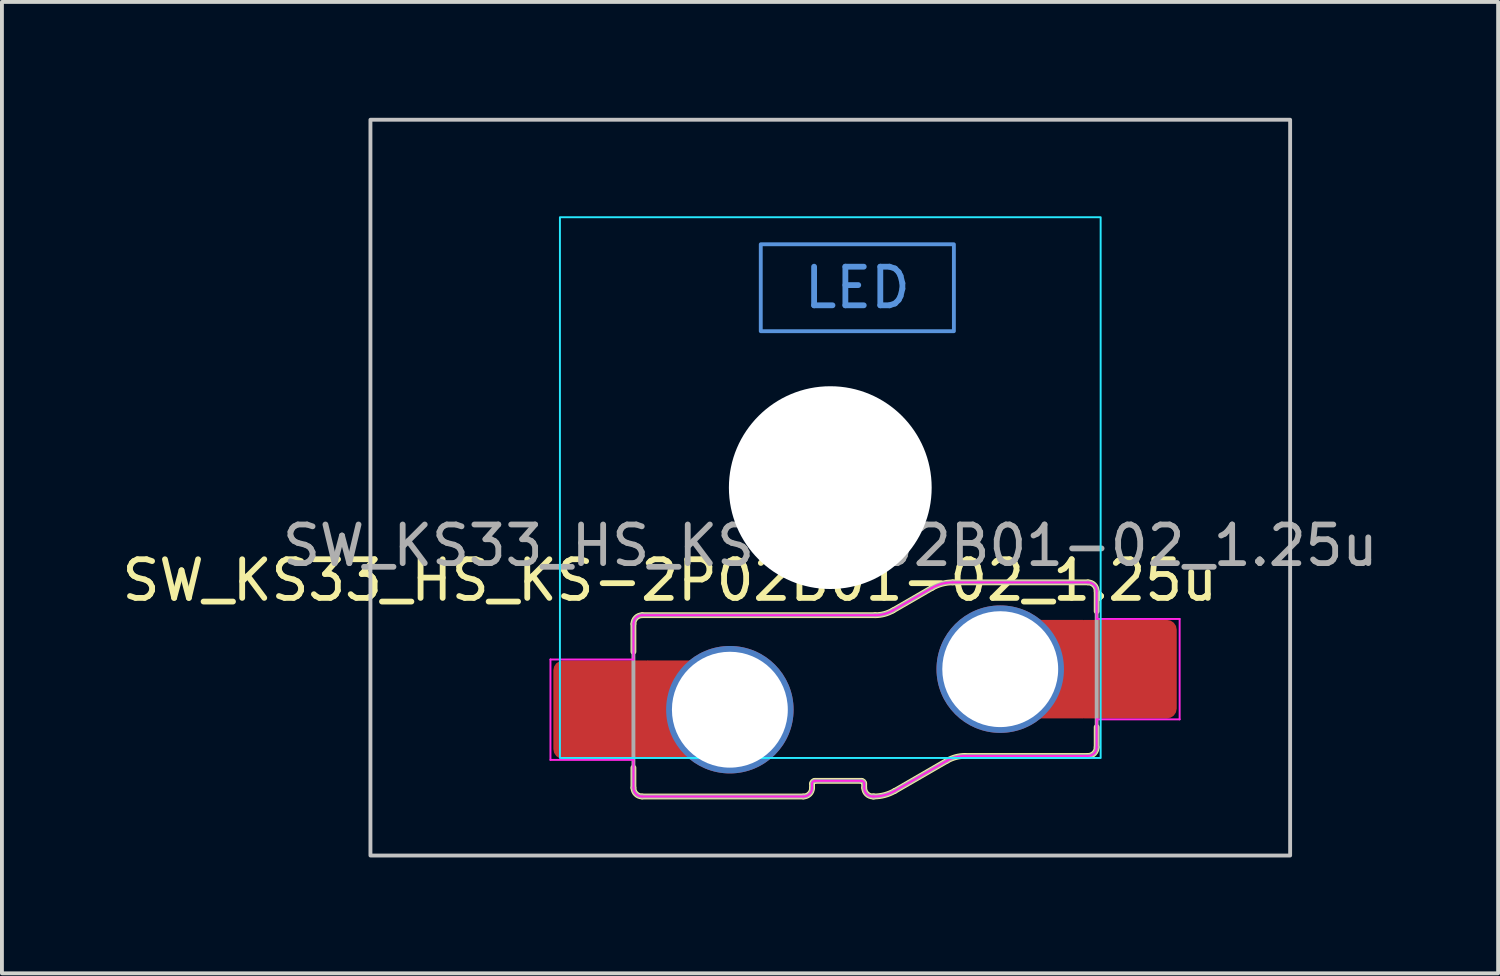
<source format=kicad_pcb>
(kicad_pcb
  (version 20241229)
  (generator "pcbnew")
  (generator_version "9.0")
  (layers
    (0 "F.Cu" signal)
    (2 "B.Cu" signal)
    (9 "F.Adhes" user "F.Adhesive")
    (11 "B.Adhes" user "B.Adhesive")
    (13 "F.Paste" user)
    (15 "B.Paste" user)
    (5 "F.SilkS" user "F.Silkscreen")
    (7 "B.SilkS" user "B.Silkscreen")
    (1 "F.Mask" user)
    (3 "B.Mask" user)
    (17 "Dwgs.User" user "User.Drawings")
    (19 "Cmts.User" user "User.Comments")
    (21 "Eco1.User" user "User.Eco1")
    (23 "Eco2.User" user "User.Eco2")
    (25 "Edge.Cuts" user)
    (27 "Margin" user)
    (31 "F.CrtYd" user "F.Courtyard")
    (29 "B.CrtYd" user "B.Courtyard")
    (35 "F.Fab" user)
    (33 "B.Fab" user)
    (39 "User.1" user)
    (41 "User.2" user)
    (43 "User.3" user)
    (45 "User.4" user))
  (footprint "SW_KS33_HS_KS-2P02B01-02_1.25u"
    (layer "F.Cu")
    (at 18.447 9.575)
    (property "Reference" "SW_KS33_HS_KS-2P02B01-02_1.25u" (at -4.155 2.4 180) (layer "F.SilkS") (effects (font (size 1 1) (thickness 0.15))))
    (attr smd)
    (fp_line (start -5.097 3.528) (end -5.097 4.25) (stroke (width 0.15) (type solid)) (layer "F.SilkS"))
    (fp_line (start -5.097 7.772) (end -5.097 7.25) (stroke (width 0.15) (type solid)) (layer "F.SilkS"))
    (fp_line (start -4.872 3.303) (end 1.161 3.303) (stroke (width 0.15) (type solid)) (layer "F.SilkS"))
    (fp_line (start -0.697 7.997) (end -4.872 7.997) (stroke (width 0.15) (type solid)) (layer "F.SilkS"))
    (fp_line (start -0.472 7.666) (end -0.472 7.772) (stroke (width 0.15) (type solid)) (layer "F.SilkS"))
    (fp_line (start 0.803 7.591) (end -0.397 7.591) (stroke (width 0.15) (type solid)) (layer "F.SilkS"))
    (fp_line (start 0.878 7.772) (end 0.878 7.666) (stroke (width 0.15) (type solid)) (layer "F.SilkS"))
    (fp_line (start 1.131 7.997) (end 1.103 7.997) (stroke (width 0.15) (type solid)) (layer "F.SilkS"))
    (fp_line (start 1.623 3.18) (end 2.631 2.597) (stroke (width 0.15) (type solid)) (layer "F.SilkS"))
    (fp_line (start 3.023 7.07) (end 1.669 7.853) (stroke (width 0.15) (type solid)) (layer "F.SilkS"))
    (fp_line (start 3.169 2.453) (end 6.672 2.453) (stroke (width 0.15) (type solid)) (layer "F.SilkS"))
    (fp_line (start 6.672 6.947) (end 3.486 6.947) (stroke (width 0.15) (type solid)) (layer "F.SilkS"))
    (fp_line (start 6.897 2.678) (end 6.897 3.2) (stroke (width 0.15) (type solid)) (layer "F.SilkS"))
    (fp_line (start 6.897 6.722) (end 6.897 6.2) (stroke (width 0.15) (type solid)) (layer "F.SilkS"))
    (fp_arc (start -5.096509 3.528462) (mid -5.030608 3.369392) (end -4.871538 3.303491) (stroke (width 0.15) (type solid)) (layer "F.SilkS"))
    (fp_arc (start -4.871547 7.996509) (mid -5.030611 7.930605) (end -5.096509 7.771538) (stroke (width 0.15) (type solid)) (layer "F.SilkS"))
    (fp_arc (start -0.471517 7.666366) (mid -0.44955 7.613333) (end -0.396517 7.591366) (stroke (width 0.15) (type solid)) (layer "F.SilkS"))
    (fp_arc (start -0.471517 7.772359) (mid -0.537421 7.931461) (end -0.696525 7.997359) (stroke (width 0.15) (type solid)) (layer "F.SilkS"))
    (fp_arc (start 0.803483 7.591366) (mid 0.856515 7.613334) (end 0.878483 7.666366) (stroke (width 0.15) (type solid)) (layer "F.SilkS"))
    (fp_arc (start 1.103483 7.996509) (mid 0.944382 7.930609) (end 0.878483 7.771509) (stroke (width 0.15) (type solid)) (layer "F.SilkS"))
    (fp_arc (start 1.623227 3.179574) (mid 1.400151 3.271972) (end 1.160763 3.303491) (stroke (width 0.15) (type solid)) (layer "F.SilkS"))
    (fp_arc (start 1.66858 7.852507) (mid 1.409348 7.959882) (end 1.131159 7.996509) (stroke (width 0.15) (type solid)) (layer "F.SilkS"))
    (fp_arc (start 2.63142 2.597493) (mid 2.890652 2.490118) (end 3.168841 2.453491) (stroke (width 0.15) (type solid)) (layer "F.SilkS"))
    (fp_arc (start 3.023183 7.070426) (mid 3.246257 6.978019) (end 3.485647 6.946509) (stroke (width 0.15) (type solid)) (layer "F.SilkS"))
    (fp_arc (start 6.671525 2.453491) (mid 6.830601 2.51939) (end 6.896509 2.678462) (stroke (width 0.15) (type solid)) (layer "F.SilkS"))
    (fp_arc (start 6.896509 6.721538) (mid 6.830605 6.880605) (end 6.671538 6.946509) (stroke (width 0.15) (type solid)) (layer "F.SilkS"))
    (fp_rect (start -11.906 -9.525) (end 11.906 9.525) (stroke (width 0.1) (type default)) (fill no) (layer "Dwgs.User"))
    (fp_rect (start 3.2 -6.3) (end -1.8 -4.05) (stroke (width 0.1) (type default)) (fill no) (layer "Cmts.User"))
    (fp_line (start -7 6.5) (end -7 -6.5) (stroke (width 0.1) (type default)) (layer "Eco2.User"))
    (fp_line (start -6.5 -7) (end 6.5 -7) (stroke (width 0.1) (type default)) (layer "Eco2.User"))
    (fp_line (start 6.5 7) (end -6.5 7) (stroke (width 0.1) (type default)) (layer "Eco2.User"))
    (fp_line (start 7 -6.5) (end 7 6.5) (stroke (width 0.1) (type default)) (layer "Eco2.User"))
    (fp_arc (start -7 -6.5) (mid -6.853553 -6.853553) (end -6.5 -7) (stroke (width 0.1) (type default)) (layer "Eco2.User"))
    (fp_arc (start -6.5 7) (mid -6.853553 6.853553) (end -7 6.5) (stroke (width 0.1) (type default)) (layer "Eco2.User"))
    (fp_arc (start 6.5 -7) (mid 6.853553 -6.853553) (end 7 -6.5) (stroke (width 0.1) (type default)) (layer "Eco2.User"))
    (fp_arc (start 7 6.5) (mid 6.853553 6.853553) (end 6.5 7) (stroke (width 0.1) (type default)) (layer "Eco2.User"))
    (fp_rect (start -7 -7) (end 7 7) (stroke (width 0.05) (type default)) (fill no) (layer "B.CrtYd"))
    (fp_line (start -7.245 4.45) (end -5.097 4.45) (stroke (width 0.05) (type solid)) (layer "F.CrtYd"))
    (fp_line (start -7.245 7.05) (end -7.245 4.45) (stroke (width 0.05) (type solid)) (layer "F.CrtYd"))
    (fp_line (start -5.097 4.45) (end -5.097 3.528) (stroke (width 0.05) (type default)) (layer "F.CrtYd"))
    (fp_line (start -5.097 7.05) (end -7.245 7.05) (stroke (width 0.05) (type solid)) (layer "F.CrtYd"))
    (fp_line (start -5.097 7.772) (end -5.097 7.05) (stroke (width 0.05) (type solid)) (layer "F.CrtYd"))
    (fp_line (start -4.872 3.303) (end 1.161 3.303) (stroke (width 0.05) (type solid)) (layer "F.CrtYd"))
    (fp_line (start -0.697 7.997) (end -4.872 7.997) (stroke (width 0.05) (type solid)) (layer "F.CrtYd"))
    (fp_line (start -0.472 7.666) (end -0.472 7.772) (stroke (width 0.05) (type solid)) (layer "F.CrtYd"))
    (fp_line (start 0.803 7.591) (end -0.397 7.591) (stroke (width 0.05) (type solid)) (layer "F.CrtYd"))
    (fp_line (start 0.878 7.772) (end 0.878 7.666) (stroke (width 0.05) (type solid)) (layer "F.CrtYd"))
    (fp_line (start 1.131 7.997) (end 1.103 7.997) (stroke (width 0.05) (type solid)) (layer "F.CrtYd"))
    (fp_line (start 1.623 3.18) (end 2.631 2.597) (stroke (width 0.05) (type solid)) (layer "F.CrtYd"))
    (fp_line (start 3.023 7.07) (end 1.669 7.853) (stroke (width 0.05) (type solid)) (layer "F.CrtYd"))
    (fp_line (start 3.169 2.453) (end 6.672 2.453) (stroke (width 0.05) (type solid)) (layer "F.CrtYd"))
    (fp_line (start 6.672 6.947) (end 3.486 6.947) (stroke (width 0.05) (type solid)) (layer "F.CrtYd"))
    (fp_line (start 6.897 2.678) (end 6.897 3.4) (stroke (width 0.05) (type default)) (layer "F.CrtYd"))
    (fp_line (start 6.897 3.4) (end 9.045 3.4) (stroke (width 0.05) (type solid)) (layer "F.CrtYd"))
    (fp_line (start 6.897 6.722) (end 6.897 6) (stroke (width 0.05) (type default)) (layer "F.CrtYd"))
    (fp_line (start 9.045 3.4) (end 9.045 6) (stroke (width 0.05) (type solid)) (layer "F.CrtYd"))
    (fp_line (start 9.045 6) (end 6.897 6) (stroke (width 0.05) (type solid)) (layer "F.CrtYd"))
    (fp_arc (start -5.096509 3.528462) (mid -5.030608 3.369392) (end -4.871538 3.303491) (stroke (width 0.05) (type solid)) (layer "F.CrtYd"))
    (fp_arc (start -4.871547 7.996509) (mid -5.030611 7.930605) (end -5.096509 7.771538) (stroke (width 0.05) (type solid)) (layer "F.CrtYd"))
    (fp_arc (start -0.471517 7.666366) (mid -0.44955 7.613333) (end -0.396517 7.591366) (stroke (width 0.05) (type solid)) (layer "F.CrtYd"))
    (fp_arc (start -0.471517 7.772359) (mid -0.537421 7.931461) (end -0.696525 7.997359) (stroke (width 0.05) (type solid)) (layer "F.CrtYd"))
    (fp_arc (start 0.803483 7.591366) (mid 0.856515 7.613334) (end 0.878483 7.666366) (stroke (width 0.05) (type solid)) (layer "F.CrtYd"))
    (fp_arc (start 1.103483 7.996509) (mid 0.944382 7.930609) (end 0.878483 7.771509) (stroke (width 0.05) (type solid)) (layer "F.CrtYd"))
    (fp_arc (start 1.623227 3.179574) (mid 1.400151 3.271972) (end 1.160763 3.303491) (stroke (width 0.05) (type solid)) (layer "F.CrtYd"))
    (fp_arc (start 1.66858 7.852507) (mid 1.409348 7.959882) (end 1.131159 7.996509) (stroke (width 0.05) (type solid)) (layer "F.CrtYd"))
    (fp_arc (start 2.63142 2.597493) (mid 2.890652 2.490118) (end 3.168841 2.453491) (stroke (width 0.05) (type solid)) (layer "F.CrtYd"))
    (fp_arc (start 3.023183 7.070426) (mid 3.246257 6.978019) (end 3.485647 6.946509) (stroke (width 0.05) (type solid)) (layer "F.CrtYd"))
    (fp_arc (start 6.671525 2.453491) (mid 6.830601 2.51939) (end 6.896509 2.678462) (stroke (width 0.05) (type solid)) (layer "F.CrtYd"))
    (fp_arc (start 6.896509 6.721538) (mid 6.830605 6.880605) (end 6.671538 6.946509) (stroke (width 0.05) (type solid)) (layer "F.CrtYd"))
    (fp_line (start -5.097 7.772) (end -5.097 3.528) (stroke (width 0.1) (type solid)) (layer "F.Fab"))
    (fp_line (start -4.872 3.303) (end 1.161 3.303) (stroke (width 0.1) (type solid)) (layer "F.Fab"))
    (fp_line (start -0.697 7.997) (end -4.872 7.997) (stroke (width 0.1) (type solid)) (layer "F.Fab"))
    (fp_line (start -0.472 7.666) (end -0.472 7.772) (stroke (width 0.1) (type solid)) (layer "F.Fab"))
    (fp_line (start 0.803 7.591) (end -0.397 7.591) (stroke (width 0.1) (type solid)) (layer "F.Fab"))
    (fp_line (start 0.878 7.772) (end 0.878 7.666) (stroke (width 0.1) (type solid)) (layer "F.Fab"))
    (fp_line (start 1.131 7.997) (end 1.103 7.997) (stroke (width 0.1) (type solid)) (layer "F.Fab"))
    (fp_line (start 1.623 3.18) (end 2.631 2.597) (stroke (width 0.1) (type solid)) (layer "F.Fab"))
    (fp_line (start 3.023 7.07) (end 1.669 7.853) (stroke (width 0.1) (type solid)) (layer "F.Fab"))
    (fp_line (start 3.169 2.453) (end 6.672 2.453) (stroke (width 0.1) (type solid)) (layer "F.Fab"))
    (fp_line (start 6.672 6.947) (end 3.486 6.947) (stroke (width 0.1) (type solid)) (layer "F.Fab"))
    (fp_line (start 6.897 2.678) (end 6.897 6.722) (stroke (width 0.1) (type solid)) (layer "F.Fab"))
    (fp_arc (start -5.096509 3.528462) (mid -5.030608 3.369392) (end -4.871538 3.303491) (stroke (width 0.1) (type solid)) (layer "F.Fab"))
    (fp_arc (start -4.871547 7.996509) (mid -5.030611 7.930605) (end -5.096509 7.771538) (stroke (width 0.1) (type solid)) (layer "F.Fab"))
    (fp_arc (start -0.471517 7.666366) (mid -0.44955 7.613333) (end -0.396517 7.591366) (stroke (width 0.1) (type solid)) (layer "F.Fab"))
    (fp_arc (start -0.471517 7.772359) (mid -0.537421 7.931461) (end -0.696525 7.997359) (stroke (width 0.1) (type solid)) (layer "F.Fab"))
    (fp_arc (start 0.803483 7.591366) (mid 0.856515 7.613334) (end 0.878483 7.666366) (stroke (width 0.1) (type solid)) (layer "F.Fab"))
    (fp_arc (start 1.103483 7.996509) (mid 0.944382 7.930609) (end 0.878483 7.771509) (stroke (width 0.1) (type solid)) (layer "F.Fab"))
    (fp_arc (start 1.623227 3.179574) (mid 1.400151 3.271972) (end 1.160763 3.303491) (stroke (width 0.1) (type solid)) (layer "F.Fab"))
    (fp_arc (start 1.66858 7.852507) (mid 1.409348 7.959882) (end 1.131159 7.996509) (stroke (width 0.1) (type solid)) (layer "F.Fab"))
    (fp_arc (start 2.63142 2.597493) (mid 2.890652 2.490118) (end 3.168841 2.453491) (stroke (width 0.1) (type solid)) (layer "F.Fab"))
    (fp_arc (start 3.023183 7.070426) (mid 3.246257 6.978019) (end 3.485647 6.946509) (stroke (width 0.1) (type solid)) (layer "F.Fab"))
    (fp_arc (start 6.671525 2.453491) (mid 6.830601 2.51939) (end 6.896509 2.678462) (stroke (width 0.1) (type solid)) (layer "F.Fab"))
    (fp_arc (start 6.896509 6.721538) (mid 6.830605 6.880605) (end 6.671538 6.946509) (stroke (width 0.1) (type solid)) (layer "F.Fab"))
    (fp_text user "LED" (at 0.7 -5.175 0) (unlocked yes) (layer "Cmts.User") (effects (font (size 1 1) (thickness 0.15))))
    (fp_text user "${REFERENCE}" (at 0 1.5 0) (layer "F.Fab") (effects (font (size 1 1) (thickness 0.15))))
    (pad "" np_thru_hole circle (at 0 0 180) (size 5.25 5.25) (drill 5.25) (layers "*.Cu" "*.Mask"))
    (pad "1" thru_hole circle (at 4.4 4.7) (size 3.3 3.3) (drill 3) (property pad_prop_mechanical) (layers "*.Cu" "F.Mask"))
    (pad "1" smd rect (at 5.95 4.7) (size 1.2 2.55) (layers "F.Cu"))
    (pad "1" smd roundrect (at 7.645 4.7) (size 2.65 2.55) (layers "F.Cu" "F.Mask" "F.Paste") (roundrect_rratio 0.1))
    (pad "2" smd roundrect (at -5.845 5.75) (size 2.65 2.55) (layers "F.Cu" "F.Mask" "F.Paste") (roundrect_rratio 0.1))
    (pad "2" smd rect (at -4.15 5.75 180) (size 1.2 2.55) (layers "F.Cu"))
    (pad "2" thru_hole circle (at -2.6 5.75) (size 3.3 3.3) (drill 3) (property pad_prop_mechanical) (layers "*.Cu" "F.Mask")))
  (gr_rect
    (start -3 -3)
    (end 35.738 22.15)
    (stroke (width 0.1) (type default))
    (fill no)
    (layer "Edge.Cuts")))
</source>
